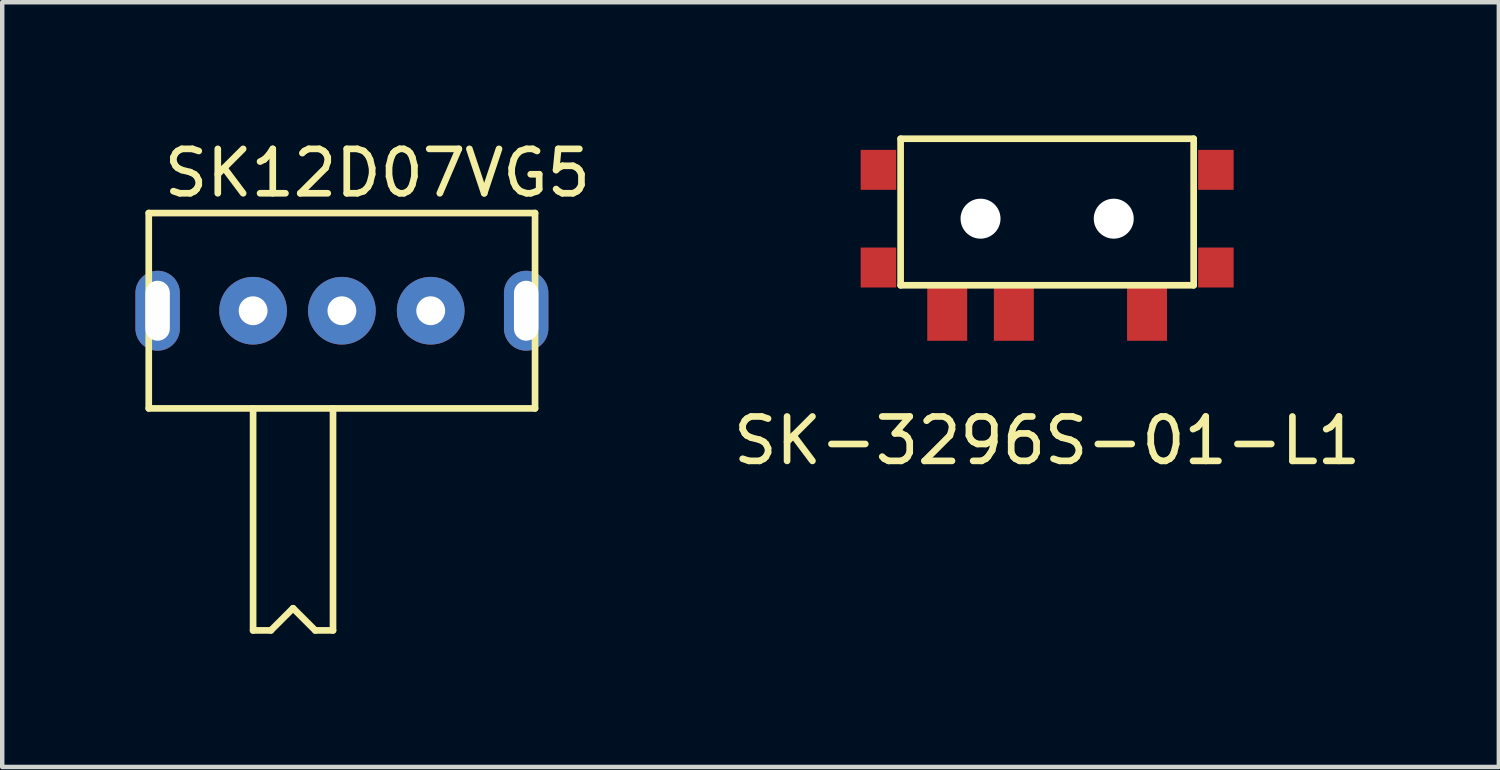
<source format=kicad_pcb>
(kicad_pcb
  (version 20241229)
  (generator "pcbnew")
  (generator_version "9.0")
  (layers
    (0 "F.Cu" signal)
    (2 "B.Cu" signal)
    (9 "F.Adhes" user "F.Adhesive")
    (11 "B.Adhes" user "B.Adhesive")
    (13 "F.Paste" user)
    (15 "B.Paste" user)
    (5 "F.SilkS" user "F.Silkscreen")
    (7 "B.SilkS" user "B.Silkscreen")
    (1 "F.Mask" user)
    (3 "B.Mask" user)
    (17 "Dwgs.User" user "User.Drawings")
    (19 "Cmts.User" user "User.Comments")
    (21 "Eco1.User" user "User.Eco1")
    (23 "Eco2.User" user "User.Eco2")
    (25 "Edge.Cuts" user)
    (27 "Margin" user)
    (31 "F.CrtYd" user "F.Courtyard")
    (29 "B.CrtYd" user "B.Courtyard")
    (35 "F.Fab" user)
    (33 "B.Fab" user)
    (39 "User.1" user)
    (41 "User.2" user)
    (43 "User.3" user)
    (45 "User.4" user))
  (footprint "SK12D07VG5"
    (layer "F.Cu")
    (at 4.65 3.948)
    (property "Reference" "SK12D07VG5" (at 0.8 -3.1 0) (layer "F.SilkS") (effects (font (size 1 1) (thickness 0.15))))
    (attr through_hole)
    (fp_line (start -4.35 -2.2) (end 4.35 -2.2) (stroke (width 0.15) (type solid)) (layer "F.SilkS"))
    (fp_line (start -4.35 2.2) (end -4.35 -2.2) (stroke (width 0.15) (type solid)) (layer "F.SilkS"))
    (fp_line (start -4.35 2.2) (end 4.35 2.2) (stroke (width 0.15) (type solid)) (layer "F.SilkS"))
    (fp_line (start -2 2.2) (end -2 7.2) (stroke (width 0.15) (type solid)) (layer "F.SilkS"))
    (fp_line (start -2 7.2) (end -1.6 7.2) (stroke (width 0.15) (type solid)) (layer "F.SilkS"))
    (fp_line (start -1.6 7.2) (end -1.1 6.7) (stroke (width 0.15) (type solid)) (layer "F.SilkS"))
    (fp_line (start -1.1 6.7) (end -0.6 7.2) (stroke (width 0.15) (type solid)) (layer "F.SilkS"))
    (fp_line (start -0.6 7.2) (end -0.2 7.2) (stroke (width 0.15) (type solid)) (layer "F.SilkS"))
    (fp_line (start -0.2 7.2) (end -0.2 2.2) (stroke (width 0.15) (type solid)) (layer "F.SilkS"))
    (fp_line (start 4.35 2.2) (end 4.35 -2.2) (stroke (width 0.15) (type solid)) (layer "F.SilkS"))
    (pad "" np_thru_hole oval (at -4.15 0) (size 1 1.8) (drill oval 0.55 1.35) (layers "*.Cu" "*.Mask"))
    (pad "" np_thru_hole oval (at 4.15 0) (size 1 1.8) (drill oval 0.55 1.35) (layers "*.Cu" "*.Mask"))
    (pad "1" thru_hole circle (at -2 0) (size 1.524 1.524) (drill 0.65) (layers "*.Cu" "*.Mask"))
    (pad "2" thru_hole circle (at 0 0) (size 1.524 1.524) (drill 0.65) (layers "*.Cu" "*.Mask"))
    (pad "3" thru_hole circle (at 2 0) (size 1.524 1.524) (drill 0.65) (layers "*.Cu" "*.Mask")))
  (footprint "SK-3296S-01-L1"
    (layer "F.Cu")
    (at 20.533 1.875)
    (property "Reference" "SK-3296S-01-L1" (at 0 5 0) (layer "F.SilkS") (effects (font (size 1 1) (thickness 0.15))))
    (attr through_hole)
    (fp_line (start -3.3 -1.8) (end -3.3 1.5) (stroke (width 0.15) (type solid)) (layer "F.SilkS"))
    (fp_line (start -3.3 -1.8) (end 3.3 -1.8) (stroke (width 0.15) (type solid)) (layer "F.SilkS"))
    (fp_line (start -3.3 1.5) (end 3.3 1.5) (stroke (width 0.15) (type solid)) (layer "F.SilkS"))
    (fp_line (start 3.3 1.5) (end 3.3 -1.8) (stroke (width 0.15) (type solid)) (layer "F.SilkS"))
    (pad "" smd rect (at -3.8 -1.1) (size 0.8 0.9) (layers "F.Cu" "F.Mask" "F.Paste"))
    (pad "" smd rect (at -3.8 1.1) (size 0.8 0.9) (layers "F.Cu" "F.Mask" "F.Paste"))
    (pad "" np_thru_hole circle (at -1.5 0) (size 0.9 0.9) (drill 0.9) (layers "*.Cu" "*.Mask"))
    (pad "" np_thru_hole circle (at 1.5 0) (size 0.9 0.9) (drill 0.9) (layers "*.Cu" "*.Mask"))
    (pad "" smd rect (at 3.8 -1.1) (size 0.8 0.9) (layers "F.Cu" "F.Mask" "F.Paste"))
    (pad "" smd rect (at 3.8 1.1) (size 0.8 0.9) (layers "F.Cu" "F.Mask" "F.Paste"))
    (pad "1" smd rect (at 2.25 2.125) (size 0.9 1.25) (layers "F.Cu" "F.Mask" "F.Paste"))
    (pad "2" smd rect (at -0.75 2.125) (size 0.9 1.25) (layers "F.Cu" "F.Mask" "F.Paste"))
    (pad "3" smd rect (at -2.25 2.125) (size 0.9 1.25) (layers "F.Cu" "F.Mask" "F.Paste")))
  (gr_rect
    (start -3 -3)
    (end 30.706 14.223)
    (stroke (width 0.1) (type default))
    (fill no)
    (layer "Edge.Cuts")))
</source>
